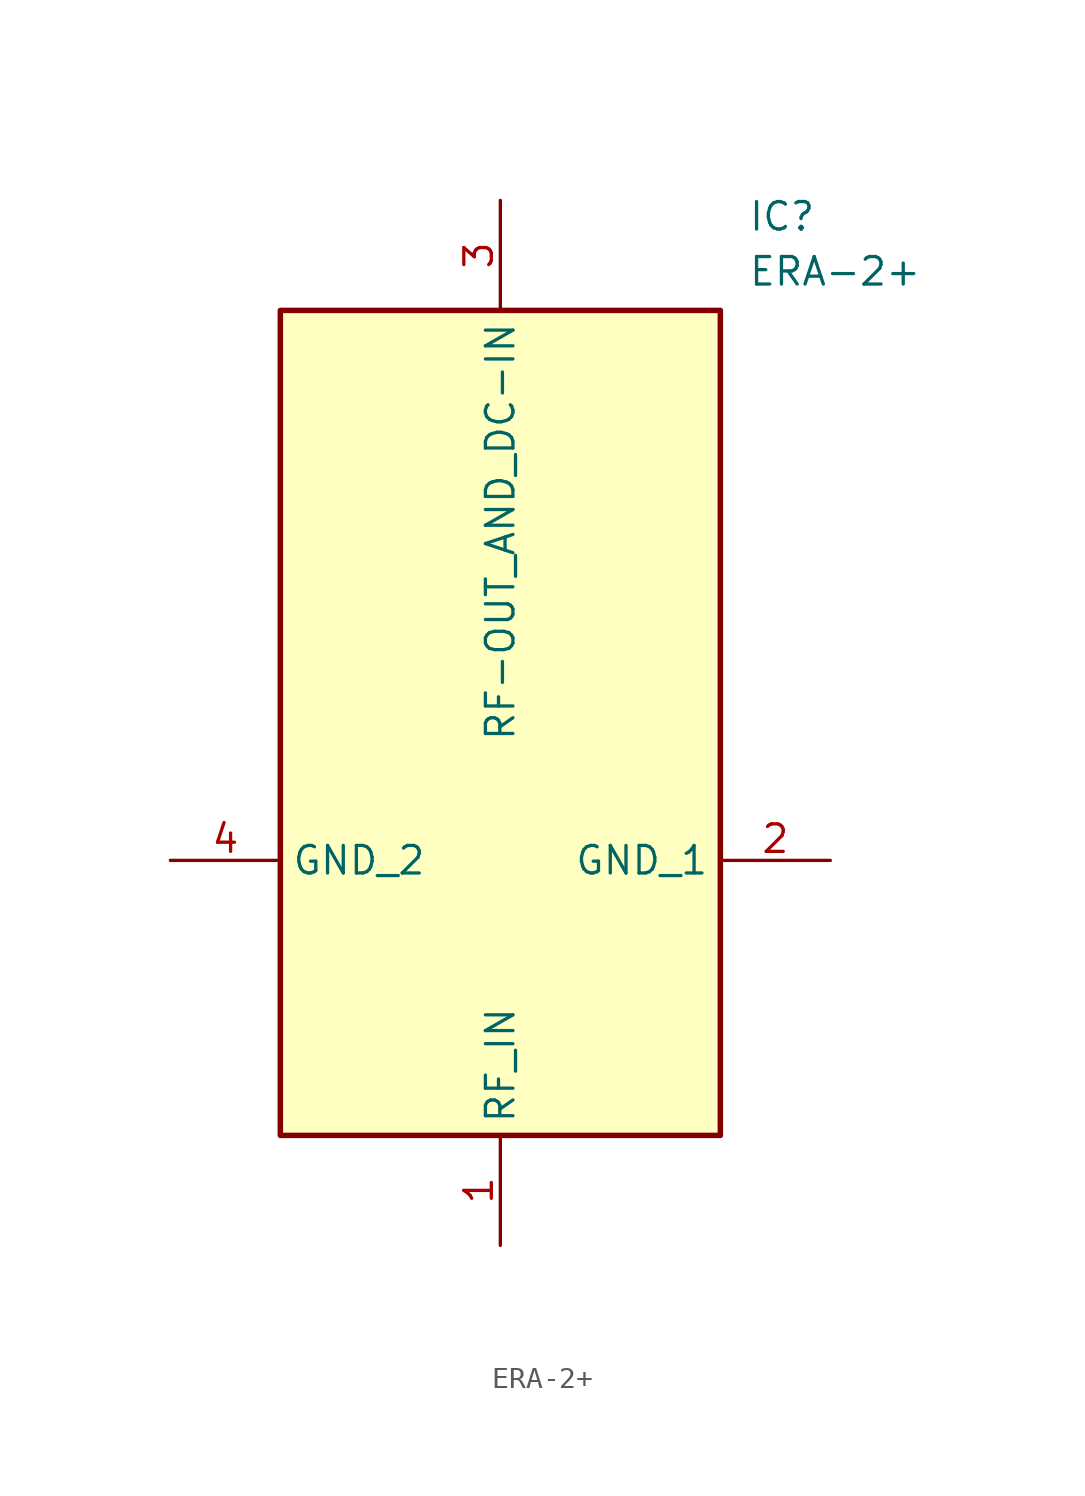
<source format=kicad_sym>
(kicad_symbol_lib
  (version 20211014)
  (generator SamacSys_ECAD_Model)
  (symbol "ERA-2+"
    (property "Reference" "IC"
      (at 26.67 30.48 0)
      (effects (font (size 1.27 1.27)) (justify left top)))
    (property "Value" "ERA-2+"
      (at 26.67 27.94 0)
      (effects (font (size 1.27 1.27)) (justify left top)))
    (rectangle
      (start 5.08 25.4)
      (end 25.4 -12.7)
      (stroke (width 0.254) (type default))
      (fill (type background)))
    (pin passive line
      (at 15.24 -17.78 90)
      (length 5.08)
      (name "RF_IN" (effects (font (size 1.27 1.27))))
      (number "1" (effects (font (size 1.27 1.27)))))
    (pin passive line
      (at 30.48 0 180)
      (length 5.08)
      (name "GND_1" (effects (font (size 1.27 1.27))))
      (number "2" (effects (font (size 1.27 1.27)))))
    (pin passive line
      (at 15.24 30.48 270)
      (length 5.08)
      (name "RF-OUT_AND_DC-IN" (effects (font (size 1.27 1.27))))
      (number "3" (effects (font (size 1.27 1.27)))))
    (pin passive line
      (at 0 0 0)
      (length 5.08)
      (name "GND_2" (effects (font (size 1.27 1.27))))
      (number "4" (effects (font (size 1.27 1.27)))))))
</source>
